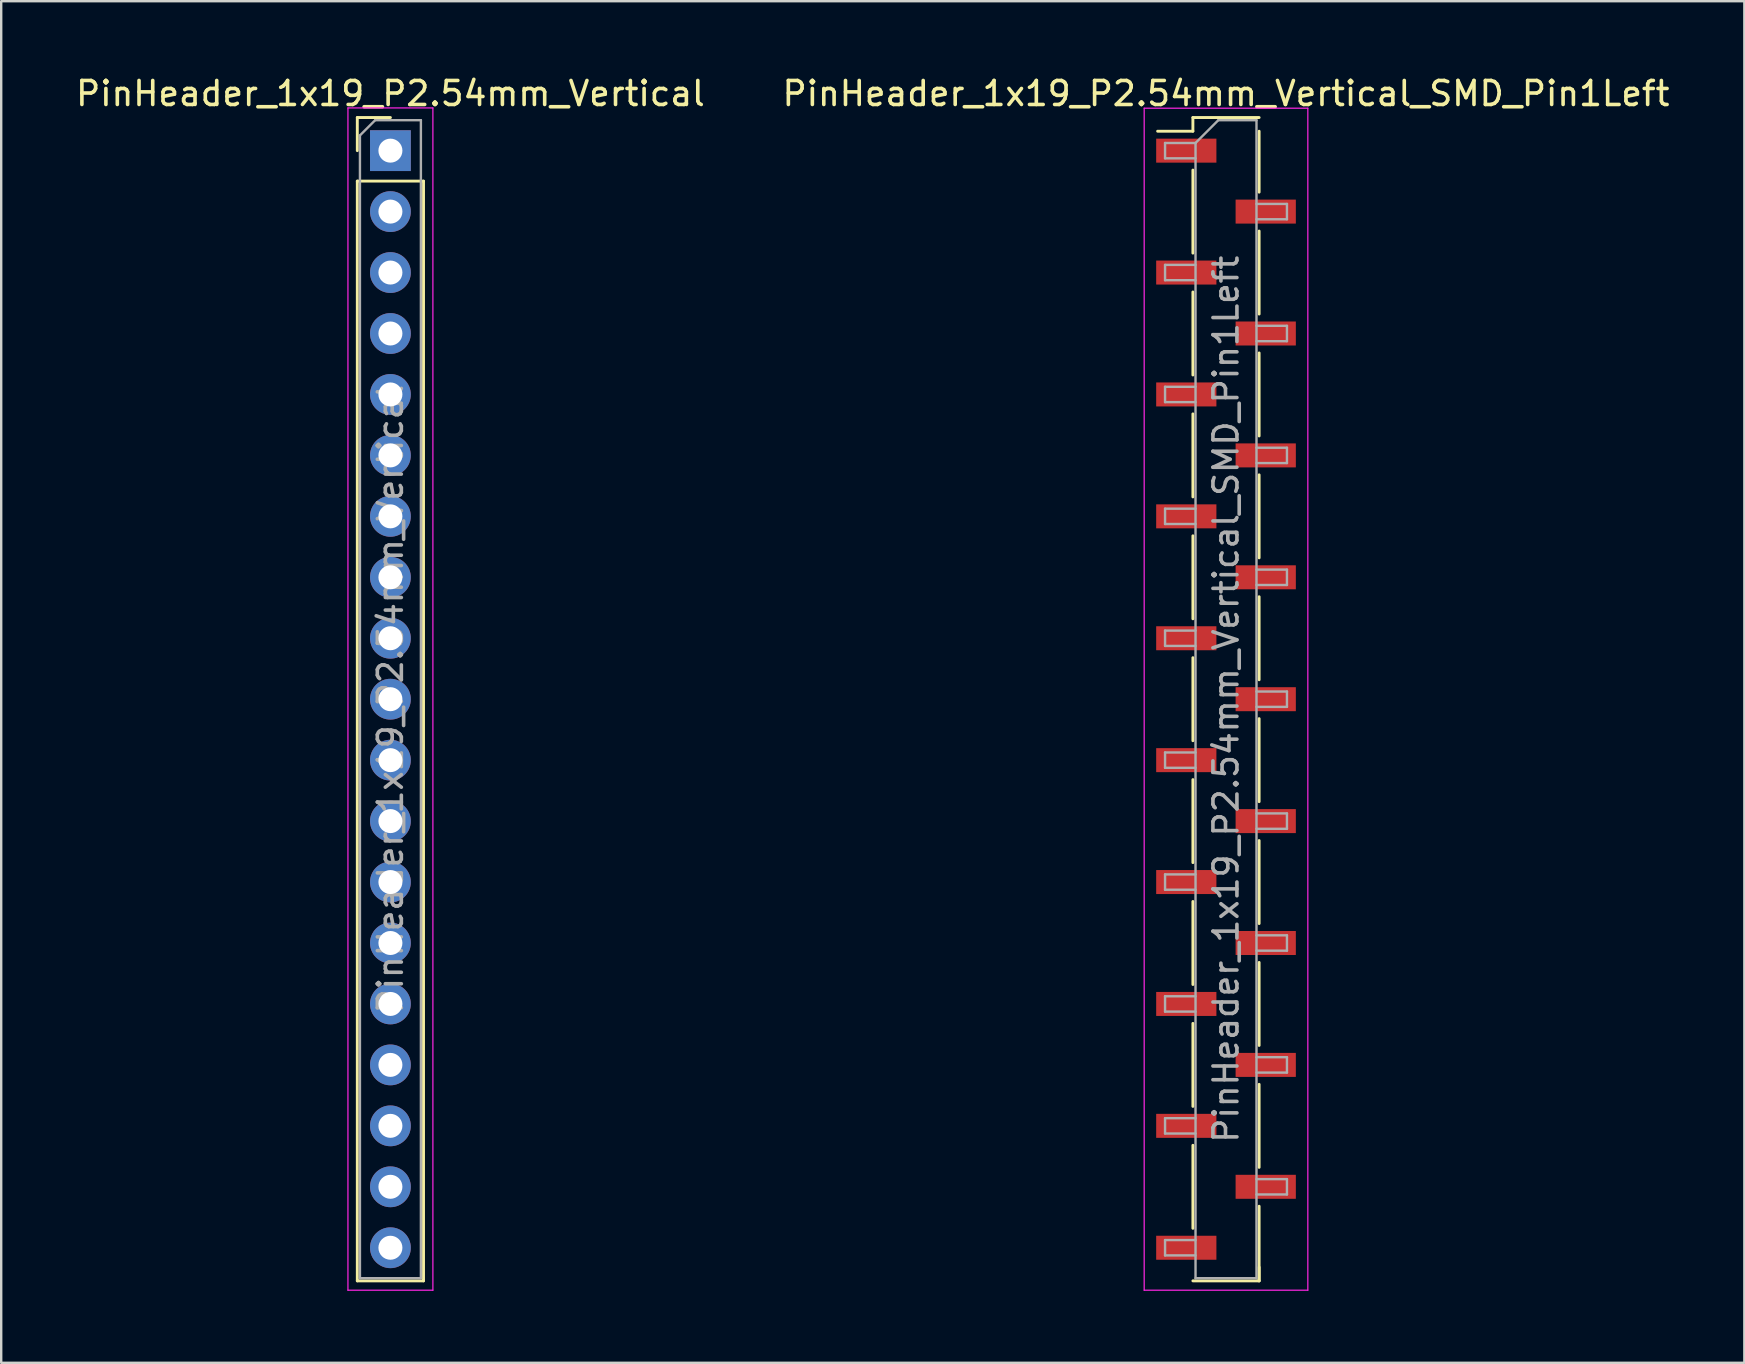
<source format=kicad_pcb>
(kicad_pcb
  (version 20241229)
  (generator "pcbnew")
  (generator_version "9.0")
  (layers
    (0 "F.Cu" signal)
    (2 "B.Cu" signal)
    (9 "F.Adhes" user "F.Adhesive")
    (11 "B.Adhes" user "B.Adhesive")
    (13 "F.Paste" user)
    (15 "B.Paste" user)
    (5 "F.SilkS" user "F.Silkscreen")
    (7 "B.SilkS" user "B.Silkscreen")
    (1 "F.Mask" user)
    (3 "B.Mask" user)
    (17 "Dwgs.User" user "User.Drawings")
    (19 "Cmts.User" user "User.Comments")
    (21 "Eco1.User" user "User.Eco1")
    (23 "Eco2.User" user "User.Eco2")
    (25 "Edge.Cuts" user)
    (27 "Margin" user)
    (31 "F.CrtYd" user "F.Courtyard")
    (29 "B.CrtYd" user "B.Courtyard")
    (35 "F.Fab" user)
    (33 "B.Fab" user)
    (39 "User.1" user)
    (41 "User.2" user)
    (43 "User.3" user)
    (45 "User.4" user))
  (footprint "PinHeader_1x19_P2.54mm_Vertical_SMD_Pin1Left"
    (layer "F.Cu")
    (at 48.042 26.088)
    (property "Reference" "PinHeader_1x19_P2.54mm_Vertical_SMD_Pin1Left" (at 0 -25.24 0) (layer "F.SilkS") (effects (font (size 1 1) (thickness 0.15))))
    (attr smd)
    (fp_line (start -1.38 -24.24) (end -1.38 -23.67) (stroke (width 0.12) (type solid)) (layer "F.SilkS"))
    (fp_line (start -1.38 -24.24) (end 1.38 -24.24) (stroke (width 0.12) (type solid)) (layer "F.SilkS"))
    (fp_line (start -1.38 -23.67) (end -2.85 -23.67) (stroke (width 0.12) (type solid)) (layer "F.SilkS"))
    (fp_line (start -1.38 -22.05) (end -1.38 -18.59) (stroke (width 0.12) (type solid)) (layer "F.SilkS"))
    (fp_line (start -1.38 -16.97) (end -1.38 -13.51) (stroke (width 0.12) (type solid)) (layer "F.SilkS"))
    (fp_line (start -1.38 -11.89) (end -1.38 -8.43) (stroke (width 0.12) (type solid)) (layer "F.SilkS"))
    (fp_line (start -1.38 -6.81) (end -1.38 -3.35) (stroke (width 0.12) (type solid)) (layer "F.SilkS"))
    (fp_line (start -1.38 -1.73) (end -1.38 1.73) (stroke (width 0.12) (type solid)) (layer "F.SilkS"))
    (fp_line (start -1.38 3.35) (end -1.38 6.81) (stroke (width 0.12) (type solid)) (layer "F.SilkS"))
    (fp_line (start -1.38 8.43) (end -1.38 11.89) (stroke (width 0.12) (type solid)) (layer "F.SilkS"))
    (fp_line (start -1.38 13.51) (end -1.38 16.97) (stroke (width 0.12) (type solid)) (layer "F.SilkS"))
    (fp_line (start -1.38 18.59) (end -1.38 22.05) (stroke (width 0.12) (type solid)) (layer "F.SilkS"))
    (fp_line (start -1.38 24.24) (end 1.38 24.24) (stroke (width 0.12) (type solid)) (layer "F.SilkS"))
    (fp_line (start 1.38 -23.67) (end 1.38 -21.13) (stroke (width 0.12) (type solid)) (layer "F.SilkS"))
    (fp_line (start 1.38 -19.51) (end 1.38 -16.05) (stroke (width 0.12) (type solid)) (layer "F.SilkS"))
    (fp_line (start 1.38 -14.43) (end 1.38 -10.97) (stroke (width 0.12) (type solid)) (layer "F.SilkS"))
    (fp_line (start 1.38 -9.35) (end 1.38 -5.89) (stroke (width 0.12) (type solid)) (layer "F.SilkS"))
    (fp_line (start 1.38 -4.27) (end 1.38 -0.81) (stroke (width 0.12) (type solid)) (layer "F.SilkS"))
    (fp_line (start 1.38 0.81) (end 1.38 4.27) (stroke (width 0.12) (type solid)) (layer "F.SilkS"))
    (fp_line (start 1.38 5.89) (end 1.38 9.35) (stroke (width 0.12) (type solid)) (layer "F.SilkS"))
    (fp_line (start 1.38 10.97) (end 1.38 14.43) (stroke (width 0.12) (type solid)) (layer "F.SilkS"))
    (fp_line (start 1.38 16.05) (end 1.38 19.51) (stroke (width 0.12) (type solid)) (layer "F.SilkS"))
    (fp_line (start 1.38 21.13) (end 1.38 24.24) (stroke (width 0.12) (type solid)) (layer "F.SilkS"))
    (fp_line (start 1.38 23.67) (end 1.38 24.24) (stroke (width 0.12) (type solid)) (layer "F.SilkS"))
    (fp_line (start -3.41 -24.63) (end -3.41 24.63) (stroke (width 0.05) (type solid)) (layer "F.CrtYd"))
    (fp_line (start -3.41 24.63) (end 3.41 24.63) (stroke (width 0.05) (type solid)) (layer "F.CrtYd"))
    (fp_line (start 3.41 -24.63) (end -3.41 -24.63) (stroke (width 0.05) (type solid)) (layer "F.CrtYd"))
    (fp_line (start 3.41 24.63) (end 3.41 -24.63) (stroke (width 0.05) (type solid)) (layer "F.CrtYd"))
    (fp_line (start -2.54 -23.18) (end -2.54 -22.54) (stroke (width 0.1) (type solid)) (layer "F.Fab"))
    (fp_line (start -2.54 -22.54) (end -1.27 -22.54) (stroke (width 0.1) (type solid)) (layer "F.Fab"))
    (fp_line (start -2.54 -18.1) (end -2.54 -17.46) (stroke (width 0.1) (type solid)) (layer "F.Fab"))
    (fp_line (start -2.54 -17.46) (end -1.27 -17.46) (stroke (width 0.1) (type solid)) (layer "F.Fab"))
    (fp_line (start -2.54 -13.02) (end -2.54 -12.38) (stroke (width 0.1) (type solid)) (layer "F.Fab"))
    (fp_line (start -2.54 -12.38) (end -1.27 -12.38) (stroke (width 0.1) (type solid)) (layer "F.Fab"))
    (fp_line (start -2.54 -7.94) (end -2.54 -7.3) (stroke (width 0.1) (type solid)) (layer "F.Fab"))
    (fp_line (start -2.54 -7.3) (end -1.27 -7.3) (stroke (width 0.1) (type solid)) (layer "F.Fab"))
    (fp_line (start -2.54 -2.86) (end -2.54 -2.22) (stroke (width 0.1) (type solid)) (layer "F.Fab"))
    (fp_line (start -2.54 -2.22) (end -1.27 -2.22) (stroke (width 0.1) (type solid)) (layer "F.Fab"))
    (fp_line (start -2.54 2.22) (end -2.54 2.86) (stroke (width 0.1) (type solid)) (layer "F.Fab"))
    (fp_line (start -2.54 2.86) (end -1.27 2.86) (stroke (width 0.1) (type solid)) (layer "F.Fab"))
    (fp_line (start -2.54 7.3) (end -2.54 7.94) (stroke (width 0.1) (type solid)) (layer "F.Fab"))
    (fp_line (start -2.54 7.94) (end -1.27 7.94) (stroke (width 0.1) (type solid)) (layer "F.Fab"))
    (fp_line (start -2.54 12.38) (end -2.54 13.02) (stroke (width 0.1) (type solid)) (layer "F.Fab"))
    (fp_line (start -2.54 13.02) (end -1.27 13.02) (stroke (width 0.1) (type solid)) (layer "F.Fab"))
    (fp_line (start -2.54 17.46) (end -2.54 18.1) (stroke (width 0.1) (type solid)) (layer "F.Fab"))
    (fp_line (start -2.54 18.1) (end -1.27 18.1) (stroke (width 0.1) (type solid)) (layer "F.Fab"))
    (fp_line (start -2.54 22.54) (end -2.54 23.18) (stroke (width 0.1) (type solid)) (layer "F.Fab"))
    (fp_line (start -2.54 23.18) (end -1.27 23.18) (stroke (width 0.1) (type solid)) (layer "F.Fab"))
    (fp_line (start -1.27 -23.18) (end -2.54 -23.18) (stroke (width 0.1) (type solid)) (layer "F.Fab"))
    (fp_line (start -1.27 -23.18) (end -0.32 -24.13) (stroke (width 0.1) (type solid)) (layer "F.Fab"))
    (fp_line (start -1.27 -18.1) (end -2.54 -18.1) (stroke (width 0.1) (type solid)) (layer "F.Fab"))
    (fp_line (start -1.27 -13.02) (end -2.54 -13.02) (stroke (width 0.1) (type solid)) (layer "F.Fab"))
    (fp_line (start -1.27 -7.94) (end -2.54 -7.94) (stroke (width 0.1) (type solid)) (layer "F.Fab"))
    (fp_line (start -1.27 -2.86) (end -2.54 -2.86) (stroke (width 0.1) (type solid)) (layer "F.Fab"))
    (fp_line (start -1.27 2.22) (end -2.54 2.22) (stroke (width 0.1) (type solid)) (layer "F.Fab"))
    (fp_line (start -1.27 7.3) (end -2.54 7.3) (stroke (width 0.1) (type solid)) (layer "F.Fab"))
    (fp_line (start -1.27 12.38) (end -2.54 12.38) (stroke (width 0.1) (type solid)) (layer "F.Fab"))
    (fp_line (start -1.27 17.46) (end -2.54 17.46) (stroke (width 0.1) (type solid)) (layer "F.Fab"))
    (fp_line (start -1.27 22.54) (end -2.54 22.54) (stroke (width 0.1) (type solid)) (layer "F.Fab"))
    (fp_line (start -1.27 24.13) (end -1.27 -23.18) (stroke (width 0.1) (type solid)) (layer "F.Fab"))
    (fp_line (start -0.32 -24.13) (end 1.27 -24.13) (stroke (width 0.1) (type solid)) (layer "F.Fab"))
    (fp_line (start 1.27 -24.13) (end 1.27 24.13) (stroke (width 0.1) (type solid)) (layer "F.Fab"))
    (fp_line (start 1.27 -20.64) (end 2.54 -20.64) (stroke (width 0.1) (type solid)) (layer "F.Fab"))
    (fp_line (start 1.27 -15.56) (end 2.54 -15.56) (stroke (width 0.1) (type solid)) (layer "F.Fab"))
    (fp_line (start 1.27 -10.48) (end 2.54 -10.48) (stroke (width 0.1) (type solid)) (layer "F.Fab"))
    (fp_line (start 1.27 -5.4) (end 2.54 -5.4) (stroke (width 0.1) (type solid)) (layer "F.Fab"))
    (fp_line (start 1.27 -0.32) (end 2.54 -0.32) (stroke (width 0.1) (type solid)) (layer "F.Fab"))
    (fp_line (start 1.27 4.76) (end 2.54 4.76) (stroke (width 0.1) (type solid)) (layer "F.Fab"))
    (fp_line (start 1.27 9.84) (end 2.54 9.84) (stroke (width 0.1) (type solid)) (layer "F.Fab"))
    (fp_line (start 1.27 14.92) (end 2.54 14.92) (stroke (width 0.1) (type solid)) (layer "F.Fab"))
    (fp_line (start 1.27 20) (end 2.54 20) (stroke (width 0.1) (type solid)) (layer "F.Fab"))
    (fp_line (start 1.27 24.13) (end -1.27 24.13) (stroke (width 0.1) (type solid)) (layer "F.Fab"))
    (fp_line (start 2.54 -20.64) (end 2.54 -20) (stroke (width 0.1) (type solid)) (layer "F.Fab"))
    (fp_line (start 2.54 -20) (end 1.27 -20) (stroke (width 0.1) (type solid)) (layer "F.Fab"))
    (fp_line (start 2.54 -15.56) (end 2.54 -14.92) (stroke (width 0.1) (type solid)) (layer "F.Fab"))
    (fp_line (start 2.54 -14.92) (end 1.27 -14.92) (stroke (width 0.1) (type solid)) (layer "F.Fab"))
    (fp_line (start 2.54 -10.48) (end 2.54 -9.84) (stroke (width 0.1) (type solid)) (layer "F.Fab"))
    (fp_line (start 2.54 -9.84) (end 1.27 -9.84) (stroke (width 0.1) (type solid)) (layer "F.Fab"))
    (fp_line (start 2.54 -5.4) (end 2.54 -4.76) (stroke (width 0.1) (type solid)) (layer "F.Fab"))
    (fp_line (start 2.54 -4.76) (end 1.27 -4.76) (stroke (width 0.1) (type solid)) (layer "F.Fab"))
    (fp_line (start 2.54 -0.32) (end 2.54 0.32) (stroke (width 0.1) (type solid)) (layer "F.Fab"))
    (fp_line (start 2.54 0.32) (end 1.27 0.32) (stroke (width 0.1) (type solid)) (layer "F.Fab"))
    (fp_line (start 2.54 4.76) (end 2.54 5.4) (stroke (width 0.1) (type solid)) (layer "F.Fab"))
    (fp_line (start 2.54 5.4) (end 1.27 5.4) (stroke (width 0.1) (type solid)) (layer "F.Fab"))
    (fp_line (start 2.54 9.84) (end 2.54 10.48) (stroke (width 0.1) (type solid)) (layer "F.Fab"))
    (fp_line (start 2.54 10.48) (end 1.27 10.48) (stroke (width 0.1) (type solid)) (layer "F.Fab"))
    (fp_line (start 2.54 14.92) (end 2.54 15.56) (stroke (width 0.1) (type solid)) (layer "F.Fab"))
    (fp_line (start 2.54 15.56) (end 1.27 15.56) (stroke (width 0.1) (type solid)) (layer "F.Fab"))
    (fp_line (start 2.54 20) (end 2.54 20.64) (stroke (width 0.1) (type solid)) (layer "F.Fab"))
    (fp_line (start 2.54 20.64) (end 1.27 20.64) (stroke (width 0.1) (type solid)) (layer "F.Fab"))
    (fp_text user "${REFERENCE}" (at 0 0 90) (layer "F.Fab") (effects (font (size 1 1) (thickness 0.15))))
    (pad "1" smd rect (at -1.655 -22.86) (size 2.51 1) (layers "F.Cu" "F.Mask" "F.Paste"))
    (pad "2" smd rect (at 1.655 -20.32) (size 2.51 1) (layers "F.Cu" "F.Mask" "F.Paste"))
    (pad "3" smd rect (at -1.655 -17.78) (size 2.51 1) (layers "F.Cu" "F.Mask" "F.Paste"))
    (pad "4" smd rect (at 1.655 -15.24) (size 2.51 1) (layers "F.Cu" "F.Mask" "F.Paste"))
    (pad "5" smd rect (at -1.655 -12.7) (size 2.51 1) (layers "F.Cu" "F.Mask" "F.Paste"))
    (pad "6" smd rect (at 1.655 -10.16) (size 2.51 1) (layers "F.Cu" "F.Mask" "F.Paste"))
    (pad "7" smd rect (at -1.655 -7.62) (size 2.51 1) (layers "F.Cu" "F.Mask" "F.Paste"))
    (pad "8" smd rect (at 1.655 -5.08) (size 2.51 1) (layers "F.Cu" "F.Mask" "F.Paste"))
    (pad "9" smd rect (at -1.655 -2.54) (size 2.51 1) (layers "F.Cu" "F.Mask" "F.Paste"))
    (pad "10" smd rect (at 1.655 0) (size 2.51 1) (layers "F.Cu" "F.Mask" "F.Paste"))
    (pad "11" smd rect (at -1.655 2.54) (size 2.51 1) (layers "F.Cu" "F.Mask" "F.Paste"))
    (pad "12" smd rect (at 1.655 5.08) (size 2.51 1) (layers "F.Cu" "F.Mask" "F.Paste"))
    (pad "13" smd rect (at -1.655 7.62) (size 2.51 1) (layers "F.Cu" "F.Mask" "F.Paste"))
    (pad "14" smd rect (at 1.655 10.16) (size 2.51 1) (layers "F.Cu" "F.Mask" "F.Paste"))
    (pad "15" smd rect (at -1.655 12.7) (size 2.51 1) (layers "F.Cu" "F.Mask" "F.Paste"))
    (pad "16" smd rect (at 1.655 15.24) (size 2.51 1) (layers "F.Cu" "F.Mask" "F.Paste"))
    (pad "17" smd rect (at -1.655 17.78) (size 2.51 1) (layers "F.Cu" "F.Mask" "F.Paste"))
    (pad "18" smd rect (at 1.655 20.32) (size 2.51 1) (layers "F.Cu" "F.Mask" "F.Paste"))
    (pad "19" smd rect (at -1.655 22.86) (size 2.51 1) (layers "F.Cu" "F.Mask" "F.Paste")))
  (footprint "PinHeader_1x19_P2.54mm_Vertical"
    (layer "F.Cu")
    (at 13.22 3.228)
    (property "Reference" "PinHeader_1x19_P2.54mm_Vertical" (at 0 -2.38 0) (layer "F.SilkS") (effects (font (size 1 1) (thickness 0.15))))
    (attr through_hole)
    (fp_line (start -1.38 -1.38) (end 0 -1.38) (stroke (width 0.12) (type solid)) (layer "F.SilkS"))
    (fp_line (start -1.38 0) (end -1.38 -1.38) (stroke (width 0.12) (type solid)) (layer "F.SilkS"))
    (fp_line (start -1.38 1.27) (end -1.38 47.1) (stroke (width 0.12) (type solid)) (layer "F.SilkS"))
    (fp_line (start -1.38 1.27) (end 1.38 1.27) (stroke (width 0.12) (type solid)) (layer "F.SilkS"))
    (fp_line (start -1.38 47.1) (end 1.38 47.1) (stroke (width 0.12) (type solid)) (layer "F.SilkS"))
    (fp_line (start 1.38 1.27) (end 1.38 47.1) (stroke (width 0.12) (type solid)) (layer "F.SilkS"))
    (fp_line (start -1.77 -1.78) (end -1.77 47.49) (stroke (width 0.05) (type solid)) (layer "F.CrtYd"))
    (fp_line (start -1.77 47.49) (end 1.77 47.49) (stroke (width 0.05) (type solid)) (layer "F.CrtYd"))
    (fp_line (start 1.77 -1.78) (end -1.77 -1.78) (stroke (width 0.05) (type solid)) (layer "F.CrtYd"))
    (fp_line (start 1.77 47.49) (end 1.77 -1.78) (stroke (width 0.05) (type solid)) (layer "F.CrtYd"))
    (fp_line (start -1.27 -0.635) (end -0.635 -1.27) (stroke (width 0.1) (type solid)) (layer "F.Fab"))
    (fp_line (start -1.27 46.99) (end -1.27 -0.635) (stroke (width 0.1) (type solid)) (layer "F.Fab"))
    (fp_line (start -0.635 -1.27) (end 1.27 -1.27) (stroke (width 0.1) (type solid)) (layer "F.Fab"))
    (fp_line (start 1.27 -1.27) (end 1.27 46.99) (stroke (width 0.1) (type solid)) (layer "F.Fab"))
    (fp_line (start 1.27 46.99) (end -1.27 46.99) (stroke (width 0.1) (type solid)) (layer "F.Fab"))
    (fp_text user "${REFERENCE}" (at 0 22.86 90) (layer "F.Fab") (effects (font (size 1 1) (thickness 0.15))))
    (pad "1" thru_hole rect (at 0 0) (size 1.7 1.7) (drill 1) (layers "*.Cu" "*.Mask"))
    (pad "2" thru_hole circle (at 0 2.54) (size 1.7 1.7) (drill 1) (layers "*.Cu" "*.Mask"))
    (pad "3" thru_hole circle (at 0 5.08) (size 1.7 1.7) (drill 1) (layers "*.Cu" "*.Mask"))
    (pad "4" thru_hole circle (at 0 7.62) (size 1.7 1.7) (drill 1) (layers "*.Cu" "*.Mask"))
    (pad "5" thru_hole circle (at 0 10.16) (size 1.7 1.7) (drill 1) (layers "*.Cu" "*.Mask"))
    (pad "6" thru_hole circle (at 0 12.7) (size 1.7 1.7) (drill 1) (layers "*.Cu" "*.Mask"))
    (pad "7" thru_hole circle (at 0 15.24) (size 1.7 1.7) (drill 1) (layers "*.Cu" "*.Mask"))
    (pad "8" thru_hole circle (at 0 17.78) (size 1.7 1.7) (drill 1) (layers "*.Cu" "*.Mask"))
    (pad "9" thru_hole circle (at 0 20.32) (size 1.7 1.7) (drill 1) (layers "*.Cu" "*.Mask"))
    (pad "10" thru_hole circle (at 0 22.86) (size 1.7 1.7) (drill 1) (layers "*.Cu" "*.Mask"))
    (pad "11" thru_hole circle (at 0 25.4) (size 1.7 1.7) (drill 1) (layers "*.Cu" "*.Mask"))
    (pad "12" thru_hole circle (at 0 27.94) (size 1.7 1.7) (drill 1) (layers "*.Cu" "*.Mask"))
    (pad "13" thru_hole circle (at 0 30.48) (size 1.7 1.7) (drill 1) (layers "*.Cu" "*.Mask"))
    (pad "14" thru_hole circle (at 0 33.02) (size 1.7 1.7) (drill 1) (layers "*.Cu" "*.Mask"))
    (pad "15" thru_hole circle (at 0 35.56) (size 1.7 1.7) (drill 1) (layers "*.Cu" "*.Mask"))
    (pad "16" thru_hole circle (at 0 38.1) (size 1.7 1.7) (drill 1) (layers "*.Cu" "*.Mask"))
    (pad "17" thru_hole circle (at 0 40.64) (size 1.7 1.7) (drill 1) (layers "*.Cu" "*.Mask"))
    (pad "18" thru_hole circle (at 0 43.18) (size 1.7 1.7) (drill 1) (layers "*.Cu" "*.Mask"))
    (pad "19" thru_hole circle (at 0 45.72) (size 1.7 1.7) (drill 1) (layers "*.Cu" "*.Mask")))
  (gr_rect
    (start -3 -3)
    (end 69.643 53.743)
    (stroke (width 0.1) (type default))
    (fill no)
    (layer "Edge.Cuts")))
</source>
